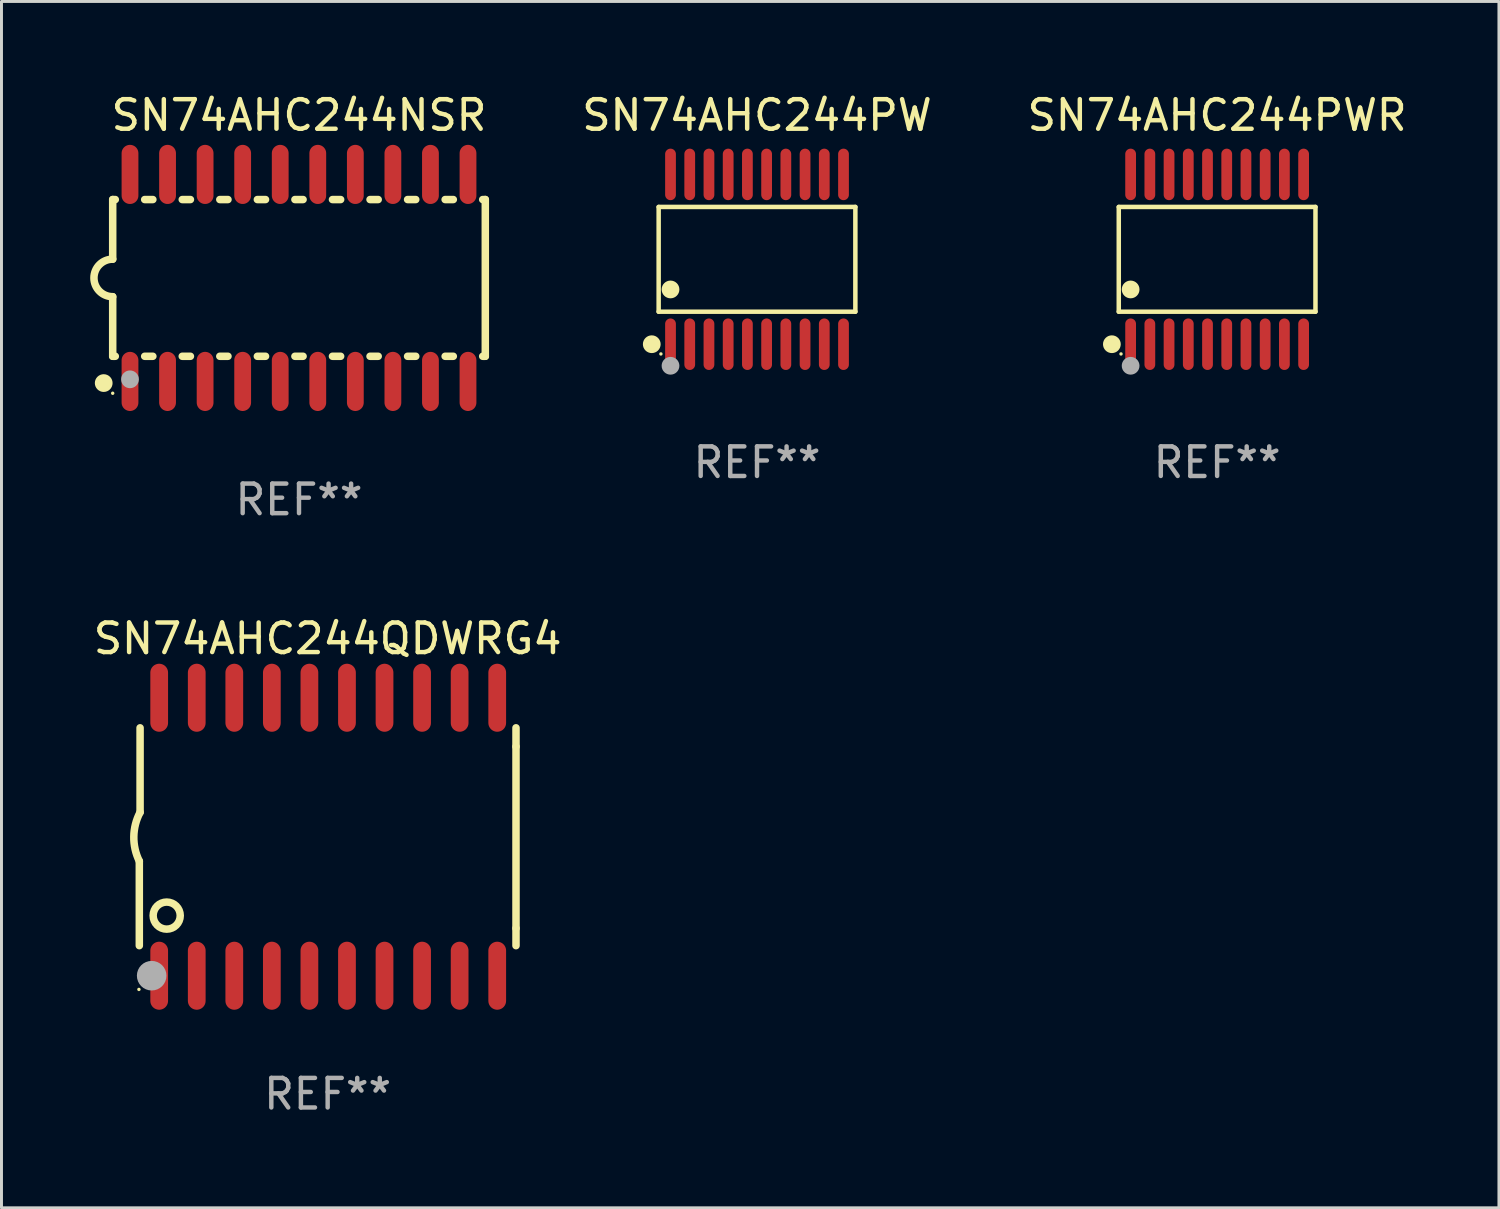
<source format=kicad_pcb>
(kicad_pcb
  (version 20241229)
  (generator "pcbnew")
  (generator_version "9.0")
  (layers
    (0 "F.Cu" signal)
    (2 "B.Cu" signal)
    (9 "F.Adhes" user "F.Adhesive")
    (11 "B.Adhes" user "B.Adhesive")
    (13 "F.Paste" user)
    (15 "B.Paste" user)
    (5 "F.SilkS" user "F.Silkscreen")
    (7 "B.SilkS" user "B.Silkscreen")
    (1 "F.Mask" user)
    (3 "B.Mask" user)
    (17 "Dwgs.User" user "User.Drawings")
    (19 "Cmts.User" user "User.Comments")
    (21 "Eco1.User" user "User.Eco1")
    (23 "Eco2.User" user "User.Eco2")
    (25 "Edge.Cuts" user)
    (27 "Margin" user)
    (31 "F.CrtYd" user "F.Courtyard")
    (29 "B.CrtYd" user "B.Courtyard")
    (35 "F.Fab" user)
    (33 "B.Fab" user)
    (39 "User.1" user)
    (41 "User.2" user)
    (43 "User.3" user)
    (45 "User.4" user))
  (footprint "SN74AHC244QDWRG4"
    (layer "F.Cu")
    (at 8.03 25.245)
    (property "Reference" "SN74AHC244QDWRG4" (at 0 -6.7 0) (layer "F.SilkS") (effects (font (size 1 1) (thickness 0.15))))
    (attr through_hole)
    (fp_line (start -6.369 0.826) (end -6.369 3.683) (stroke (width 0.254) (type solid)) (layer "F.SilkS"))
    (fp_line (start -6.343 -0.825) (end -6.343 -3.683) (stroke (width 0.254) (type solid)) (layer "F.SilkS"))
    (fp_line (start 6.369 -3.048) (end 6.369 -3.683) (stroke (width 0.254) (type solid)) (layer "F.SilkS"))
    (fp_line (start 6.369 -3.048) (end 6.369 3.096) (stroke (width 0.254) (type solid)) (layer "F.SilkS"))
    (fp_line (start 6.369 3.096) (end 6.369 3.683) (stroke (width 0.254) (type solid)) (layer "F.SilkS"))
    (fp_arc (start -6.36853 0.825552) (mid -6.554743 -0.00301) (end -6.343129 -0.825451) (stroke (width 0.254001) (type solid)) (layer "F.SilkS"))
    (fp_circle (center -6.382 5.163) (end -6.352 5.163) (stroke (width 0.06) (type solid)) (fill no) (layer "F.SilkS"))
    (fp_circle (center -5.443 2.667) (end -4.985 2.667) (stroke (width 0.254) (type solid)) (fill no) (layer "F.SilkS"))
    (fp_circle (center -5.951 4.699) (end -5.701 4.699) (stroke (width 0.5) (type solid)) (fill no) (layer "F.Fab"))
    (fp_text user "REF**" (at 0 8.7 0) (layer "F.Fab") (effects (font (size 1 1) (thickness 0.15))))
    (pad "1" smd oval (at -5.697 4.7 180) (size 0.6 2.3) (layers "F.Cu" "F.Mask" "F.Paste"))
    (pad "2" smd oval (at -4.427 4.7 180) (size 0.6 2.3) (layers "F.Cu" "F.Mask" "F.Paste"))
    (pad "3" smd oval (at -3.157 4.7 180) (size 0.6 2.3) (layers "F.Cu" "F.Mask" "F.Paste"))
    (pad "4" smd oval (at -1.887 4.7 180) (size 0.6 2.3) (layers "F.Cu" "F.Mask" "F.Paste"))
    (pad "5" smd oval (at -0.617 4.7 180) (size 0.6 2.3) (layers "F.Cu" "F.Mask" "F.Paste"))
    (pad "6" smd oval (at 0.653 4.7 180) (size 0.6 2.3) (layers "F.Cu" "F.Mask" "F.Paste"))
    (pad "7" smd oval (at 1.923 4.7 180) (size 0.6 2.3) (layers "F.Cu" "F.Mask" "F.Paste"))
    (pad "8" smd oval (at 3.193 4.7 180) (size 0.6 2.3) (layers "F.Cu" "F.Mask" "F.Paste"))
    (pad "9" smd oval (at 4.463 4.7 180) (size 0.6 2.3) (layers "F.Cu" "F.Mask" "F.Paste"))
    (pad "10" smd oval (at 5.734 4.7 180) (size 0.6 2.3) (layers "F.Cu" "F.Mask" "F.Paste"))
    (pad "11" smd oval (at 5.734 -4.7 180) (size 0.6 2.3) (layers "F.Cu" "F.Mask" "F.Paste"))
    (pad "12" smd oval (at 4.463 -4.7 180) (size 0.6 2.3) (layers "F.Cu" "F.Mask" "F.Paste"))
    (pad "13" smd oval (at 3.193 -4.7 180) (size 0.6 2.3) (layers "F.Cu" "F.Mask" "F.Paste"))
    (pad "14" smd oval (at 1.923 -4.7 180) (size 0.6 2.3) (layers "F.Cu" "F.Mask" "F.Paste"))
    (pad "15" smd oval (at 0.653 -4.7 180) (size 0.6 2.3) (layers "F.Cu" "F.Mask" "F.Paste"))
    (pad "16" smd oval (at -0.617 -4.7 180) (size 0.6 2.3) (layers "F.Cu" "F.Mask" "F.Paste"))
    (pad "17" smd oval (at -1.887 -4.7 180) (size 0.6 2.3) (layers "F.Cu" "F.Mask" "F.Paste"))
    (pad "18" smd oval (at -3.157 -4.7 180) (size 0.6 2.3) (layers "F.Cu" "F.Mask" "F.Paste"))
    (pad "19" smd oval (at -4.427 -4.7 180) (size 0.6 2.3) (layers "F.Cu" "F.Mask" "F.Paste"))
    (pad "20" smd oval (at -5.697 -4.7 180) (size 0.6 2.3) (layers "F.Cu" "F.Mask" "F.Paste")))
  (footprint "SN74AHC244PWR"
    (layer "F.Cu")
    (at 38.108 5.719)
    (property "Reference" "SN74AHC244PWR" (at 0 -4.871 0) (layer "F.SilkS") (effects (font (size 1 1) (thickness 0.15))))
    (attr through_hole)
    (fp_line (start -3.326 -1.771) (end 3.326 -1.771) (stroke (width 0.152) (type solid)) (layer "F.SilkS"))
    (fp_line (start -3.326 1.771) (end -3.326 -1.771) (stroke (width 0.152) (type solid)) (layer "F.SilkS"))
    (fp_line (start 3.326 -1.771) (end 3.326 1.771) (stroke (width 0.152) (type solid)) (layer "F.SilkS"))
    (fp_line (start 3.326 1.771) (end -3.326 1.771) (stroke (width 0.152) (type solid)) (layer "F.SilkS"))
    (fp_circle (center -3.559 2.871) (end -3.409 2.871) (stroke (width 0.3) (type solid)) (fill no) (layer "F.SilkS"))
    (fp_circle (center -3.25 3.2) (end -3.22 3.2) (stroke (width 0.06) (type solid)) (fill no) (layer "F.SilkS"))
    (fp_circle (center -2.925 1.019) (end -2.775 1.019) (stroke (width 0.3) (type solid)) (fill no) (layer "F.SilkS"))
    (fp_circle (center -2.925 3.6) (end -2.775 3.6) (stroke (width 0.3) (type solid)) (fill no) (layer "F.Fab"))
    (fp_text user "REF**" (at 0 6.871 0) (layer "F.Fab") (effects (font (size 1 1) (thickness 0.15))))
    (pad "1" smd oval (at -2.925 2.871) (size 0.364 1.742) (layers "F.Cu" "F.Mask" "F.Paste"))
    (pad "2" smd oval (at -2.275 2.871) (size 0.364 1.742) (layers "F.Cu" "F.Mask" "F.Paste"))
    (pad "3" smd oval (at -1.625 2.871) (size 0.364 1.742) (layers "F.Cu" "F.Mask" "F.Paste"))
    (pad "4" smd oval (at -0.975 2.871) (size 0.364 1.742) (layers "F.Cu" "F.Mask" "F.Paste"))
    (pad "5" smd oval (at -0.325 2.871) (size 0.364 1.742) (layers "F.Cu" "F.Mask" "F.Paste"))
    (pad "6" smd oval (at 0.325 2.871) (size 0.364 1.742) (layers "F.Cu" "F.Mask" "F.Paste"))
    (pad "7" smd oval (at 0.975 2.871) (size 0.364 1.742) (layers "F.Cu" "F.Mask" "F.Paste"))
    (pad "8" smd oval (at 1.625 2.871) (size 0.364 1.742) (layers "F.Cu" "F.Mask" "F.Paste"))
    (pad "9" smd oval (at 2.275 2.871) (size 0.364 1.742) (layers "F.Cu" "F.Mask" "F.Paste"))
    (pad "10" smd oval (at 2.925 2.871) (size 0.364 1.742) (layers "F.Cu" "F.Mask" "F.Paste"))
    (pad "11" smd oval (at 2.925 -2.871) (size 0.364 1.742) (layers "F.Cu" "F.Mask" "F.Paste"))
    (pad "12" smd oval (at 2.275 -2.871) (size 0.364 1.742) (layers "F.Cu" "F.Mask" "F.Paste"))
    (pad "13" smd oval (at 1.625 -2.871) (size 0.364 1.742) (layers "F.Cu" "F.Mask" "F.Paste"))
    (pad "14" smd oval (at 0.975 -2.871) (size 0.364 1.742) (layers "F.Cu" "F.Mask" "F.Paste"))
    (pad "15" smd oval (at 0.325 -2.871) (size 0.364 1.742) (layers "F.Cu" "F.Mask" "F.Paste"))
    (pad "16" smd oval (at -0.325 -2.871) (size 0.364 1.742) (layers "F.Cu" "F.Mask" "F.Paste"))
    (pad "17" smd oval (at -0.975 -2.871) (size 0.364 1.742) (layers "F.Cu" "F.Mask" "F.Paste"))
    (pad "18" smd oval (at -1.625 -2.871) (size 0.364 1.742) (layers "F.Cu" "F.Mask" "F.Paste"))
    (pad "19" smd oval (at -2.275 -2.871) (size 0.364 1.742) (layers "F.Cu" "F.Mask" "F.Paste"))
    (pad "20" smd oval (at -2.925 -2.871) (size 0.364 1.742) (layers "F.Cu" "F.Mask" "F.Paste")))
  (footprint "SN74AHC244NSR"
    (layer "F.Cu")
    (at 7.061 6.348)
    (property "Reference" "SN74AHC244NSR" (at 0 -5.5 0) (layer "F.SilkS") (effects (font (size 1 1) (thickness 0.15))))
    (attr through_hole)
    (fp_line (start -6.3 -2.65) (end -6.3 -0.635) (stroke (width 0.254) (type solid)) (layer "F.SilkS"))
    (fp_line (start -6.3 -2.65) (end -6.212 -2.65) (stroke (width 0.254) (type solid)) (layer "F.SilkS"))
    (fp_line (start -6.3 2.65) (end -6.3 0.635) (stroke (width 0.254) (type solid)) (layer "F.SilkS"))
    (fp_line (start -6.3 2.65) (end -6.212 2.65) (stroke (width 0.254) (type solid)) (layer "F.SilkS"))
    (fp_line (start -5.218 -2.65) (end -4.942 -2.65) (stroke (width 0.254) (type solid)) (layer "F.SilkS"))
    (fp_line (start -5.218 2.65) (end -4.942 2.65) (stroke (width 0.254) (type solid)) (layer "F.SilkS"))
    (fp_line (start -3.948 -2.65) (end -3.672 -2.65) (stroke (width 0.254) (type solid)) (layer "F.SilkS"))
    (fp_line (start -3.948 2.65) (end -3.672 2.65) (stroke (width 0.254) (type solid)) (layer "F.SilkS"))
    (fp_line (start -2.678 -2.65) (end -2.402 -2.65) (stroke (width 0.254) (type solid)) (layer "F.SilkS"))
    (fp_line (start -2.678 2.65) (end -2.402 2.65) (stroke (width 0.254) (type solid)) (layer "F.SilkS"))
    (fp_line (start -1.408 -2.65) (end -1.132 -2.65) (stroke (width 0.254) (type solid)) (layer "F.SilkS"))
    (fp_line (start -1.408 2.65) (end -1.132 2.65) (stroke (width 0.254) (type solid)) (layer "F.SilkS"))
    (fp_line (start -0.138 -2.65) (end 0.138 -2.65) (stroke (width 0.254) (type solid)) (layer "F.SilkS"))
    (fp_line (start -0.138 2.65) (end 0.138 2.65) (stroke (width 0.254) (type solid)) (layer "F.SilkS"))
    (fp_line (start 1.132 -2.65) (end 1.408 -2.65) (stroke (width 0.254) (type solid)) (layer "F.SilkS"))
    (fp_line (start 1.132 2.65) (end 1.408 2.65) (stroke (width 0.254) (type solid)) (layer "F.SilkS"))
    (fp_line (start 2.402 -2.65) (end 2.678 -2.65) (stroke (width 0.254) (type solid)) (layer "F.SilkS"))
    (fp_line (start 2.402 2.65) (end 2.678 2.65) (stroke (width 0.254) (type solid)) (layer "F.SilkS"))
    (fp_line (start 3.672 -2.65) (end 3.948 -2.65) (stroke (width 0.254) (type solid)) (layer "F.SilkS"))
    (fp_line (start 3.672 2.65) (end 3.948 2.65) (stroke (width 0.254) (type solid)) (layer "F.SilkS"))
    (fp_line (start 4.942 -2.65) (end 5.218 -2.65) (stroke (width 0.254) (type solid)) (layer "F.SilkS"))
    (fp_line (start 4.942 2.65) (end 5.218 2.65) (stroke (width 0.254) (type solid)) (layer "F.SilkS"))
    (fp_line (start 6.212 -2.65) (end 6.3 -2.65) (stroke (width 0.254) (type solid)) (layer "F.SilkS"))
    (fp_line (start 6.212 2.65) (end 6.3 2.65) (stroke (width 0.254) (type solid)) (layer "F.SilkS"))
    (fp_line (start 6.3 -2.65) (end 6.3 2.65) (stroke (width 0.254) (type solid)) (layer "F.SilkS"))
    (fp_arc (start -6.299975 0.634874) (mid -6.933579 0.000127) (end -6.299213 -0.633858) (stroke (width 0.254001) (type solid)) (layer "F.SilkS"))
    (fp_circle (center -6.604 3.556) (end -6.454 3.556) (stroke (width 0.3) (type solid)) (fill no) (layer "F.SilkS"))
    (fp_circle (center -6.3 3.9) (end -6.27 3.9) (stroke (width 0.06) (type solid)) (fill no) (layer "F.SilkS"))
    (fp_circle (center -5.715 3.429) (end -5.565 3.429) (stroke (width 0.3) (type solid)) (fill no) (layer "F.Fab"))
    (fp_text user "REF**" (at 0 7.5 0) (layer "F.Fab") (effects (font (size 1 1) (thickness 0.15))))
    (pad "1" smd oval (at -5.715 3.5) (size 0.568 2) (layers "F.Cu" "F.Mask" "F.Paste"))
    (pad "2" smd oval (at -4.445 3.5) (size 0.568 2) (layers "F.Cu" "F.Mask" "F.Paste"))
    (pad "3" smd oval (at -3.175 3.5) (size 0.568 2) (layers "F.Cu" "F.Mask" "F.Paste"))
    (pad "4" smd oval (at -1.905 3.5) (size 0.568 2) (layers "F.Cu" "F.Mask" "F.Paste"))
    (pad "5" smd oval (at -0.635 3.5) (size 0.568 2) (layers "F.Cu" "F.Mask" "F.Paste"))
    (pad "6" smd oval (at 0.635 3.5) (size 0.568 2) (layers "F.Cu" "F.Mask" "F.Paste"))
    (pad "7" smd oval (at 1.905 3.5) (size 0.568 2) (layers "F.Cu" "F.Mask" "F.Paste"))
    (pad "8" smd oval (at 3.175 3.5) (size 0.568 2) (layers "F.Cu" "F.Mask" "F.Paste"))
    (pad "9" smd oval (at 4.445 3.5) (size 0.568 2) (layers "F.Cu" "F.Mask" "F.Paste"))
    (pad "10" smd oval (at 5.715 3.5) (size 0.568 2) (layers "F.Cu" "F.Mask" "F.Paste"))
    (pad "11" smd oval (at 5.715 -3.5) (size 0.568 2) (layers "F.Cu" "F.Mask" "F.Paste"))
    (pad "12" smd oval (at 4.445 -3.5) (size 0.568 2) (layers "F.Cu" "F.Mask" "F.Paste"))
    (pad "13" smd oval (at 3.175 -3.5) (size 0.568 2) (layers "F.Cu" "F.Mask" "F.Paste"))
    (pad "14" smd oval (at 1.905 -3.5) (size 0.568 2) (layers "F.Cu" "F.Mask" "F.Paste"))
    (pad "15" smd oval (at 0.635 -3.5) (size 0.568 2) (layers "F.Cu" "F.Mask" "F.Paste"))
    (pad "16" smd oval (at -0.635 -3.5) (size 0.568 2) (layers "F.Cu" "F.Mask" "F.Paste"))
    (pad "17" smd oval (at -1.905 -3.5) (size 0.568 2) (layers "F.Cu" "F.Mask" "F.Paste"))
    (pad "18" smd oval (at -3.175 -3.5) (size 0.568 2) (layers "F.Cu" "F.Mask" "F.Paste"))
    (pad "19" smd oval (at -4.445 -3.5) (size 0.568 2) (layers "F.Cu" "F.Mask" "F.Paste"))
    (pad "20" smd oval (at -5.715 -3.5) (size 0.568 2) (layers "F.Cu" "F.Mask" "F.Paste")))
  (footprint "SN74AHC244PW"
    (layer "F.Cu")
    (at 22.549 5.719)
    (property "Reference" "SN74AHC244PW" (at 0 -4.871 0) (layer "F.SilkS") (effects (font (size 1 1) (thickness 0.15))))
    (attr through_hole)
    (fp_line (start -3.326 -1.771) (end 3.326 -1.771) (stroke (width 0.152) (type solid)) (layer "F.SilkS"))
    (fp_line (start -3.326 1.771) (end -3.326 -1.771) (stroke (width 0.152) (type solid)) (layer "F.SilkS"))
    (fp_line (start 3.326 -1.771) (end 3.326 1.771) (stroke (width 0.152) (type solid)) (layer "F.SilkS"))
    (fp_line (start 3.326 1.771) (end -3.326 1.771) (stroke (width 0.152) (type solid)) (layer "F.SilkS"))
    (fp_circle (center -3.559 2.871) (end -3.409 2.871) (stroke (width 0.3) (type solid)) (fill no) (layer "F.SilkS"))
    (fp_circle (center -3.25 3.2) (end -3.22 3.2) (stroke (width 0.06) (type solid)) (fill no) (layer "F.SilkS"))
    (fp_circle (center -2.925 1.019) (end -2.775 1.019) (stroke (width 0.3) (type solid)) (fill no) (layer "F.SilkS"))
    (fp_circle (center -2.925 3.6) (end -2.775 3.6) (stroke (width 0.3) (type solid)) (fill no) (layer "F.Fab"))
    (fp_text user "REF**" (at 0 6.871 0) (layer "F.Fab") (effects (font (size 1 1) (thickness 0.15))))
    (pad "1" smd oval (at -2.925 2.871) (size 0.364 1.742) (layers "F.Cu" "F.Mask" "F.Paste"))
    (pad "2" smd oval (at -2.275 2.871) (size 0.364 1.742) (layers "F.Cu" "F.Mask" "F.Paste"))
    (pad "3" smd oval (at -1.625 2.871) (size 0.364 1.742) (layers "F.Cu" "F.Mask" "F.Paste"))
    (pad "4" smd oval (at -0.975 2.871) (size 0.364 1.742) (layers "F.Cu" "F.Mask" "F.Paste"))
    (pad "5" smd oval (at -0.325 2.871) (size 0.364 1.742) (layers "F.Cu" "F.Mask" "F.Paste"))
    (pad "6" smd oval (at 0.325 2.871) (size 0.364 1.742) (layers "F.Cu" "F.Mask" "F.Paste"))
    (pad "7" smd oval (at 0.975 2.871) (size 0.364 1.742) (layers "F.Cu" "F.Mask" "F.Paste"))
    (pad "8" smd oval (at 1.625 2.871) (size 0.364 1.742) (layers "F.Cu" "F.Mask" "F.Paste"))
    (pad "9" smd oval (at 2.275 2.871) (size 0.364 1.742) (layers "F.Cu" "F.Mask" "F.Paste"))
    (pad "10" smd oval (at 2.925 2.871) (size 0.364 1.742) (layers "F.Cu" "F.Mask" "F.Paste"))
    (pad "11" smd oval (at 2.925 -2.871) (size 0.364 1.742) (layers "F.Cu" "F.Mask" "F.Paste"))
    (pad "12" smd oval (at 2.275 -2.871) (size 0.364 1.742) (layers "F.Cu" "F.Mask" "F.Paste"))
    (pad "13" smd oval (at 1.625 -2.871) (size 0.364 1.742) (layers "F.Cu" "F.Mask" "F.Paste"))
    (pad "14" smd oval (at 0.975 -2.871) (size 0.364 1.742) (layers "F.Cu" "F.Mask" "F.Paste"))
    (pad "15" smd oval (at 0.325 -2.871) (size 0.364 1.742) (layers "F.Cu" "F.Mask" "F.Paste"))
    (pad "16" smd oval (at -0.325 -2.871) (size 0.364 1.742) (layers "F.Cu" "F.Mask" "F.Paste"))
    (pad "17" smd oval (at -0.975 -2.871) (size 0.364 1.742) (layers "F.Cu" "F.Mask" "F.Paste"))
    (pad "18" smd oval (at -1.625 -2.871) (size 0.364 1.742) (layers "F.Cu" "F.Mask" "F.Paste"))
    (pad "19" smd oval (at -2.275 -2.871) (size 0.364 1.742) (layers "F.Cu" "F.Mask" "F.Paste"))
    (pad "20" smd oval (at -2.925 -2.871) (size 0.364 1.742) (layers "F.Cu" "F.Mask" "F.Paste")))
  (gr_rect
    (start -3 -3)
    (end 47.638 37.793)
    (stroke (width 0.1) (type default))
    (fill no)
    (layer "Edge.Cuts")))
</source>
